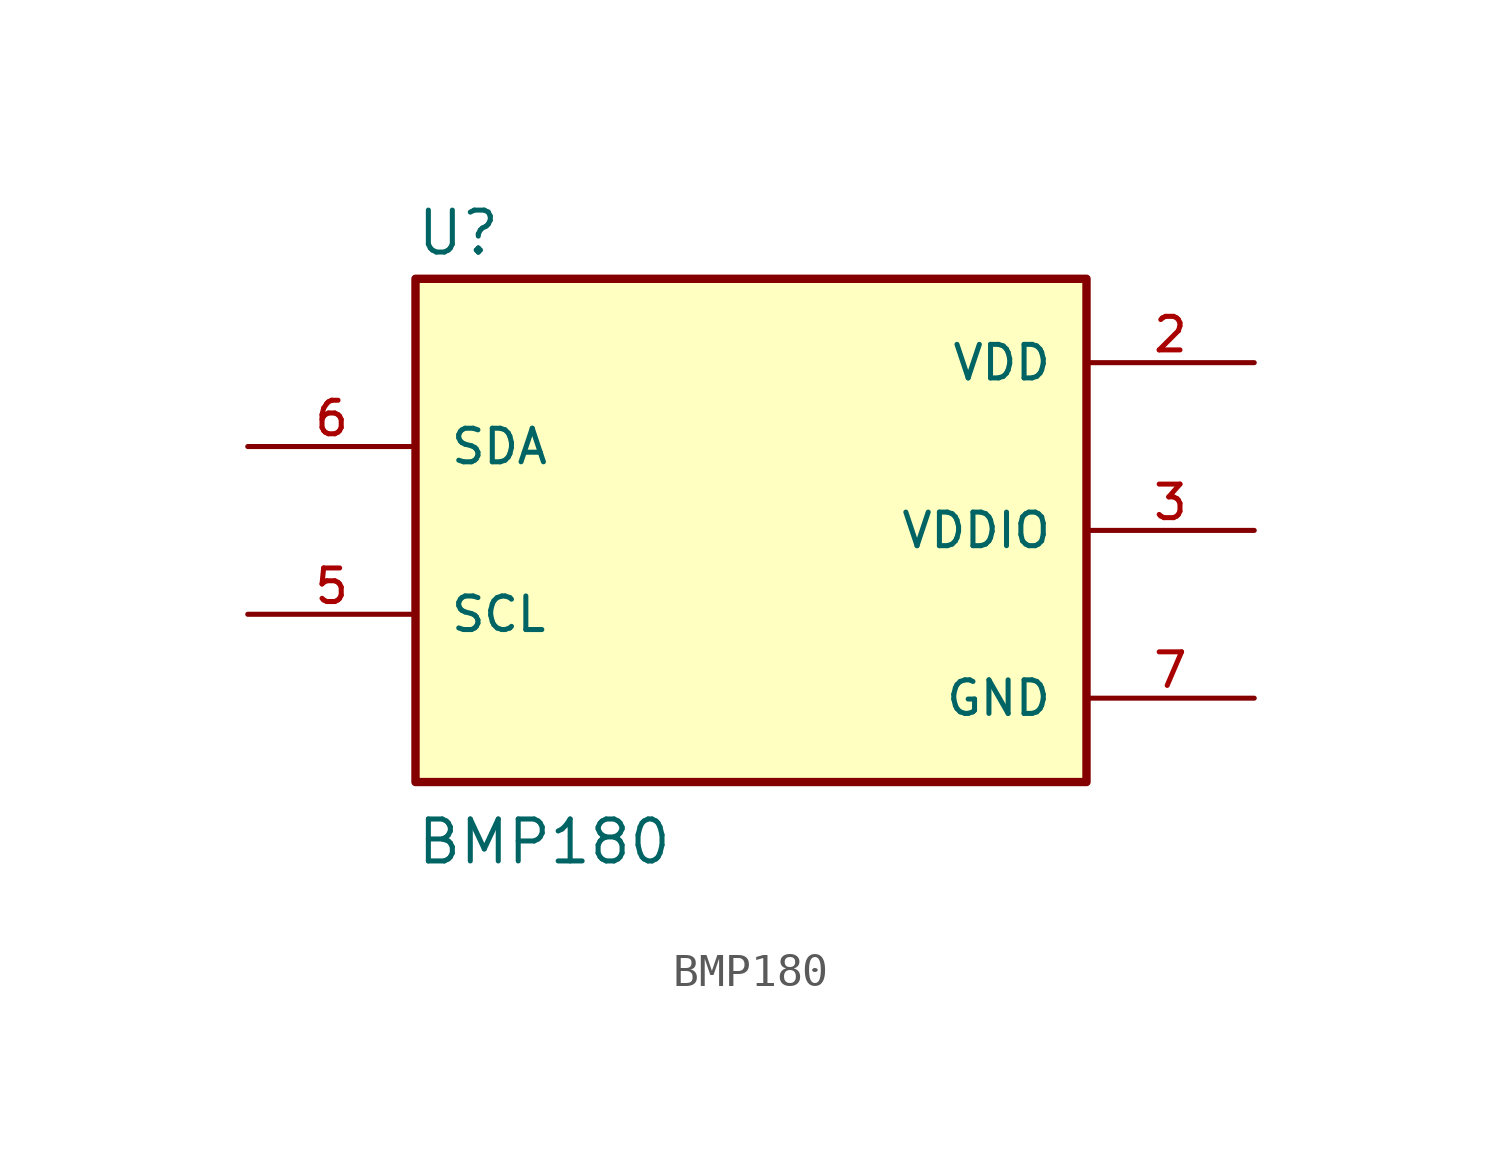
<source format=kicad_sym>
(kicad_symbol_lib
  (version 20211014)
  (generator kicad_symbol_editor)
  (symbol "BMP180"
    (pin_names
      (offset 1.016))
    (property "Reference" "U"
      (at -10.173 8.266 0)
      (effects (font (size 1.27 1.27)) (justify bottom left)))
    (property "Value" "BMP180"
      (at -10.173 -10.173 0)
      (effects (font (size 1.27 1.27)) (justify bottom left)))
    (symbol "BMP180_0_0"
      (rectangle (start -10.16 -7.62) (end 10.16 7.62) (stroke (width 0.254)) (fill (type background)))
      (pin power_in line (at 15.24 5.08 180.0) (length 5.08) (name "VDD" (effects (font (size 1.016 1.016)))) (number "2" (effects (font (size 1.016 1.016)))))
      (pin power_in line (at 15.24 0.0 180.0) (length 5.08) (name "VDDIO" (effects (font (size 1.016 1.016)))) (number "3" (effects (font (size 1.016 1.016)))))
      (pin input line (at -15.24 -2.54 0) (length 5.08) (name "SCL" (effects (font (size 1.016 1.016)))) (number "5" (effects (font (size 1.016 1.016)))))
      (pin bidirectional line (at -15.24 2.54 0) (length 5.08) (name "SDA" (effects (font (size 1.016 1.016)))) (number "6" (effects (font (size 1.016 1.016)))))
      (pin power_in line (at 15.24 -5.08 180.0) (length 5.08) (name "GND" (effects (font (size 1.016 1.016)))) (number "7" (effects (font (size 1.016 1.016))))))))
</source>
